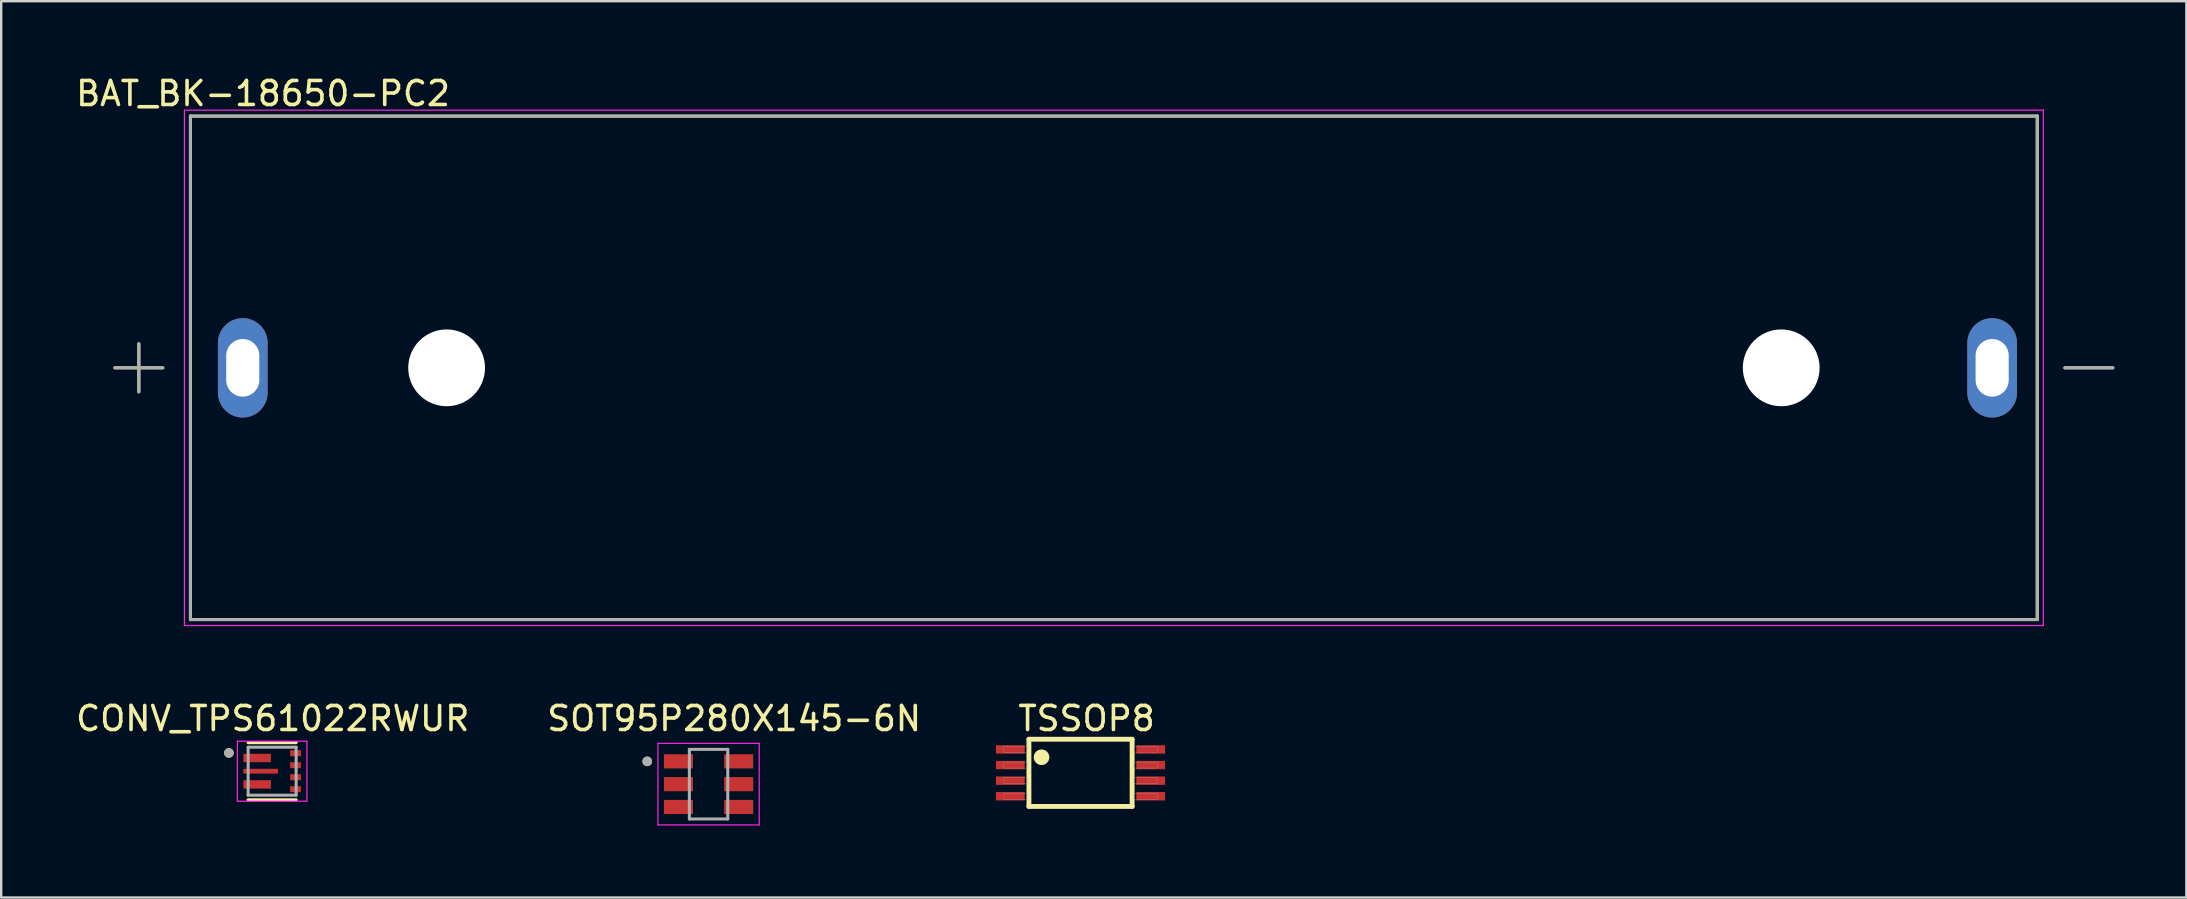
<source format=kicad_pcb>
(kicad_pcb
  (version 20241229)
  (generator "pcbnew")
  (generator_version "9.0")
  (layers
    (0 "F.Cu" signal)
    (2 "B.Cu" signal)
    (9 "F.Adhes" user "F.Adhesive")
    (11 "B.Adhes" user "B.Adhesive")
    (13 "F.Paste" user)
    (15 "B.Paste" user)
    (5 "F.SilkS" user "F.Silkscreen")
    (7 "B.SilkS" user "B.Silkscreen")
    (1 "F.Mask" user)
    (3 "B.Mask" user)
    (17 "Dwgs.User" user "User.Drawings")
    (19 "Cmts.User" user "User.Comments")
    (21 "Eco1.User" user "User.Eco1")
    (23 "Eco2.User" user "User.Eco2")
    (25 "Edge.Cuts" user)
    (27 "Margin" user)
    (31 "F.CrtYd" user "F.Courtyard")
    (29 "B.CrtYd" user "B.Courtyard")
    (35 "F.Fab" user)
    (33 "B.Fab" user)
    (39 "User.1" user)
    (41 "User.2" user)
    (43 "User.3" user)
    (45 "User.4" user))
  (footprint "BAT_BK-18650-PC2"
    (layer "F.Cu")
    (at 43.366 12.278)
    (property "Reference" "BAT_BK-18650-PC2" (at -35.455 -11.43 0) (layer "F.SilkS") (effects (font (size 1 1) (thickness 0.15))))
    (attr through_hole)
    (fp_line (start -41.63 0) (end -39.63 0) (stroke (width 0.127) (type solid)) (layer "F.SilkS"))
    (fp_line (start -40.63 -1) (end -40.63 1) (stroke (width 0.127) (type solid)) (layer "F.SilkS"))
    (fp_line (start -38.48 -10.49) (end 38.48 -10.49) (stroke (width 0.127) (type solid)) (layer "F.SilkS"))
    (fp_line (start -38.48 10.49) (end -38.48 -10.49) (stroke (width 0.127) (type solid)) (layer "F.SilkS"))
    (fp_line (start 38.48 -10.49) (end 38.48 10.49) (stroke (width 0.127) (type solid)) (layer "F.SilkS"))
    (fp_line (start 38.48 10.49) (end -38.48 10.49) (stroke (width 0.127) (type solid)) (layer "F.SilkS"))
    (fp_line (start 39.63 0) (end 41.63 0) (stroke (width 0.127) (type solid)) (layer "F.SilkS"))
    (fp_line (start -38.73 -10.74) (end 38.73 -10.74) (stroke (width 0.05) (type solid)) (layer "F.CrtYd"))
    (fp_line (start -38.73 10.74) (end -38.73 -10.74) (stroke (width 0.05) (type solid)) (layer "F.CrtYd"))
    (fp_line (start 38.73 -10.74) (end 38.73 10.74) (stroke (width 0.05) (type solid)) (layer "F.CrtYd"))
    (fp_line (start 38.73 10.74) (end -38.73 10.74) (stroke (width 0.05) (type solid)) (layer "F.CrtYd"))
    (fp_line (start -41.63 0) (end -39.63 0) (stroke (width 0.127) (type solid)) (layer "F.Fab"))
    (fp_line (start -40.63 -1) (end -40.63 1) (stroke (width 0.127) (type solid)) (layer "F.Fab"))
    (fp_line (start -38.48 -10.49) (end 38.48 -10.49) (stroke (width 0.127) (type solid)) (layer "F.Fab"))
    (fp_line (start -38.48 10.49) (end -38.48 -10.49) (stroke (width 0.127) (type solid)) (layer "F.Fab"))
    (fp_line (start 38.48 -10.49) (end 38.48 10.49) (stroke (width 0.127) (type solid)) (layer "F.Fab"))
    (fp_line (start 38.48 10.49) (end -38.48 10.49) (stroke (width 0.127) (type solid)) (layer "F.Fab"))
    (fp_line (start 39.63 0) (end 41.63 0) (stroke (width 0.127) (type solid)) (layer "F.Fab"))
    (pad "" np_thru_hole circle (at -27.805 0) (size 3.2 3.2) (drill 3.2) (layers "*.Cu" "*.Mask"))
    (pad "" np_thru_hole circle (at 27.81 0) (size 3.2 3.2) (drill 3.2) (layers "*.Cu" "*.Mask"))
    (pad "+" thru_hole oval (at -36.3 0) (size 2.07 4.14) (drill oval 1.38 2.4) (layers "*.Cu" "*.Mask"))
    (pad "-" thru_hole oval (at 36.6 0) (size 2.07 4.14) (drill oval 1.38 2.4) (layers "*.Cu" "*.Mask")))
  (footprint "CONV_TPS61022RWUR"
    (layer "F.Cu")
    (at 8.29 29.087)
    (property "Reference" "CONV_TPS61022RWUR" (at 0.025 -2.195 0) (layer "F.SilkS") (effects (font (size 1 1) (thickness 0.15))))
    (attr smd)
    (fp_poly (pts (xy -1.27 -0.795) (xy 0.02 -0.795) (xy 0.02 -0.305) (xy -1.27 -0.305)) (stroke (width 0.01) (type solid)) (fill yes) (layer "F.Mask"))
    (fp_poly (pts (xy -1.27 -0.17) (xy 0.32 -0.17) (xy 0.32 0.17) (xy -1.27 0.17)) (stroke (width 0.01) (type solid)) (fill yes) (layer "F.Mask"))
    (fp_poly (pts (xy -1.27 0.305) (xy 0.02 0.305) (xy 0.02 0.795) (xy -1.27 0.795)) (stroke (width 0.01) (type solid)) (fill yes) (layer "F.Mask"))
    (fp_poly (pts (xy 0.68 -0.945) (xy 1.27 -0.945) (xy 1.27 -0.555) (xy 0.68 -0.555)) (stroke (width 0.01) (type solid)) (fill yes) (layer "F.Mask"))
    (fp_poly (pts (xy 0.68 -0.445) (xy 1.27 -0.445) (xy 1.27 -0.055) (xy 0.68 -0.055)) (stroke (width 0.01) (type solid)) (fill yes) (layer "F.Mask"))
    (fp_poly (pts (xy 0.68 0.055) (xy 1.27 0.055) (xy 1.27 0.445) (xy 0.68 0.445)) (stroke (width 0.01) (type solid)) (fill yes) (layer "F.Mask"))
    (fp_poly (pts (xy 0.68 0.555) (xy 1.27 0.555) (xy 1.27 0.945) (xy 0.68 0.945)) (stroke (width 0.01) (type solid)) (fill yes) (layer "F.Mask"))
    (fp_line (start -1 -1.19) (end 1 -1.19) (stroke (width 0.127) (type solid)) (layer "F.SilkS"))
    (fp_line (start -1 1.19) (end 1 1.19) (stroke (width 0.127) (type solid)) (layer "F.SilkS"))
    (fp_circle (center -1.8 -0.762) (end -1.7 -0.762) (stroke (width 0.2) (type solid)) (fill no) (layer "F.SilkS"))
    (fp_poly (pts (xy -1.2 -0.725) (xy -0.725 -0.725) (xy -0.725 -0.375) (xy -1.2 -0.375)) (stroke (width 0.01) (type solid)) (fill yes) (layer "F.Paste"))
    (fp_poly (pts (xy -1.2 -0.1) (xy -0.575 -0.1) (xy -0.575 0.1) (xy -1.2 0.1)) (stroke (width 0.01) (type solid)) (fill yes) (layer "F.Paste"))
    (fp_poly (pts (xy -1.2 0.375) (xy -0.725 0.375) (xy -0.725 0.725) (xy -1.2 0.725)) (stroke (width 0.01) (type solid)) (fill yes) (layer "F.Paste"))
    (fp_poly (pts (xy -0.525 -0.725) (xy -0.05 -0.725) (xy -0.05 -0.375) (xy -0.525 -0.375)) (stroke (width 0.01) (type solid)) (fill yes) (layer "F.Paste"))
    (fp_poly (pts (xy -0.525 0.375) (xy -0.05 0.375) (xy -0.05 0.725) (xy -0.525 0.725)) (stroke (width 0.01) (type solid)) (fill yes) (layer "F.Paste"))
    (fp_poly (pts (xy -0.375 -0.1) (xy 0.25 -0.1) (xy 0.25 0.1) (xy -0.375 0.1)) (stroke (width 0.01) (type solid)) (fill yes) (layer "F.Paste"))
    (fp_line (start -1.45 -1.25) (end -1.45 1.25) (stroke (width 0.05) (type solid)) (layer "F.CrtYd"))
    (fp_line (start -1.45 1.25) (end 1.45 1.25) (stroke (width 0.05) (type solid)) (layer "F.CrtYd"))
    (fp_line (start 1.45 -1.25) (end -1.45 -1.25) (stroke (width 0.05) (type solid)) (layer "F.CrtYd"))
    (fp_line (start 1.45 1.25) (end 1.45 -1.25) (stroke (width 0.05) (type solid)) (layer "F.CrtYd"))
    (fp_line (start -1 -1) (end -1 1) (stroke (width 0.127) (type solid)) (layer "F.Fab"))
    (fp_line (start -1 1) (end 1 1) (stroke (width 0.127) (type solid)) (layer "F.Fab"))
    (fp_line (start 1 -1) (end -1 -1) (stroke (width 0.127) (type solid)) (layer "F.Fab"))
    (fp_line (start 1 1) (end 1 -1) (stroke (width 0.127) (type solid)) (layer "F.Fab"))
    (fp_circle (center -1.803 -0.763) (end -1.703 -0.763) (stroke (width 0.2) (type solid)) (fill no) (layer "F.Fab"))
    (pad "1" smd rect (at -0.625 -0.55) (size 1.15 0.35) (layers "F.Cu"))
    (pad "2" smd rect (at -0.475 0) (size 1.45 0.2) (layers "F.Cu"))
    (pad "3" smd rect (at -0.625 0.55) (size 1.15 0.35) (layers "F.Cu"))
    (pad "4" smd rect (at 0.975 0.75) (size 0.45 0.25) (layers "F.Cu" "F.Paste"))
    (pad "5" smd rect (at 0.975 0.25) (size 0.45 0.25) (layers "F.Cu" "F.Paste"))
    (pad "6" smd rect (at 0.975 -0.25) (size 0.45 0.25) (layers "F.Cu" "F.Paste"))
    (pad "7" smd rect (at 0.975 -0.75) (size 0.45 0.25) (layers "F.Cu" "F.Paste")))
  (footprint "SOT95P280X145-6N"
    (layer "F.Cu")
    (at 26.477 29.627)
    (property "Reference" "SOT95P280X145-6N" (at 1.065 -2.735 0) (layer "F.SilkS") (effects (font (size 1 1) (thickness 0.15))))
    (attr smd)
    (fp_circle (center -2.555 -0.95) (end -2.455 -0.95) (stroke (width 0.2) (type solid)) (fill no) (layer "F.SilkS"))
    (fp_line (start -2.11 -1.7) (end -2.11 1.7) (stroke (width 0.05) (type solid)) (layer "F.CrtYd"))
    (fp_line (start -2.11 1.7) (end 2.11 1.7) (stroke (width 0.05) (type solid)) (layer "F.CrtYd"))
    (fp_line (start 2.11 -1.7) (end -2.11 -1.7) (stroke (width 0.05) (type solid)) (layer "F.CrtYd"))
    (fp_line (start 2.11 1.7) (end 2.11 -1.7) (stroke (width 0.05) (type solid)) (layer "F.CrtYd"))
    (fp_line (start -0.8 -1.45) (end 0.8 -1.45) (stroke (width 0.127) (type solid)) (layer "F.Fab"))
    (fp_line (start -0.8 1.45) (end -0.8 -1.45) (stroke (width 0.127) (type solid)) (layer "F.Fab"))
    (fp_line (start 0.8 -1.45) (end 0.8 1.45) (stroke (width 0.127) (type solid)) (layer "F.Fab"))
    (fp_line (start 0.8 1.45) (end -0.8 1.45) (stroke (width 0.127) (type solid)) (layer "F.Fab"))
    (fp_circle (center -2.555 -0.95) (end -2.455 -0.95) (stroke (width 0.2) (type solid)) (fill no) (layer "F.Fab"))
    (pad "1" smd rect (at -1.255 -0.95) (size 1.21 0.59) (layers "F.Cu" "F.Mask" "F.Paste"))
    (pad "2" smd rect (at -1.255 0) (size 1.21 0.59) (layers "F.Cu" "F.Mask" "F.Paste"))
    (pad "3" smd rect (at -1.255 0.95) (size 1.21 0.59) (layers "F.Cu" "F.Mask" "F.Paste"))
    (pad "4" smd rect (at 1.255 0.95) (size 1.21 0.59) (layers "F.Cu" "F.Mask" "F.Paste"))
    (pad "5" smd rect (at 1.255 0) (size 1.21 0.59) (layers "F.Cu" "F.Mask" "F.Paste"))
    (pad "6" smd rect (at 1.255 -0.95) (size 1.21 0.59) (layers "F.Cu" "F.Mask" "F.Paste")))
  (footprint "TSSOP8"
    (layer "F.Cu")
    (at 41.977 29.156)
    (property "Reference" "TSSOP8" (at 0.25 -2.264 0) (layer "F.SilkS") (effects (font (size 1.002 1.002) (thickness 0.15))))
    (attr smd)
    (fp_line (start -2.15 -1.4) (end -2.15 1.4) (stroke (width 0.203) (type solid)) (layer "F.SilkS"))
    (fp_line (start -2.15 1.4) (end 2.15 1.4) (stroke (width 0.203) (type solid)) (layer "F.SilkS"))
    (fp_line (start 2.15 -1.4) (end -2.15 -1.4) (stroke (width 0.203) (type solid)) (layer "F.SilkS"))
    (fp_line (start 2.15 1.4) (end 2.15 -1.4) (stroke (width 0.203) (type solid)) (layer "F.SilkS"))
    (fp_circle (center -1.625 -0.65) (end -1.3 -0.65) (stroke (width 0) (type solid)) (fill yes) (layer "F.SilkS"))
    (fp_poly (pts (xy -3.206 0.2) (xy -2.2 0.2) (xy -2.2 0.451) (xy -3.206 0.451)) (stroke (width 0.01) (type solid)) (fill no) (layer "F.Fab"))
    (fp_poly (pts (xy -3.201 -0.45) (xy -2.2 -0.45) (xy -2.2 -0.2) (xy -3.201 -0.2)) (stroke (width 0.01) (type solid)) (fill no) (layer "F.Fab"))
    (fp_poly (pts (xy -3.201 0.85) (xy -2.2 0.85) (xy -2.2 1.1) (xy -3.201 1.1)) (stroke (width 0.01) (type solid)) (fill no) (layer "F.Fab"))
    (fp_poly (pts (xy -3.2 -1.1) (xy -2.2 -1.1) (xy -2.2 -0.85) (xy -3.2 -0.85)) (stroke (width 0.01) (type solid)) (fill no) (layer "F.Fab"))
    (fp_poly (pts (xy 2.201 0.85) (xy 3.2 0.85) (xy 3.2 1.1) (xy 2.201 1.1)) (stroke (width 0.01) (type solid)) (fill no) (layer "F.Fab"))
    (fp_poly (pts (xy 2.201 0.2) (xy 3.2 0.2) (xy 3.2 0.45) (xy 2.201 0.45)) (stroke (width 0.01) (type solid)) (fill no) (layer "F.Fab"))
    (fp_poly (pts (xy 2.201 -1.1) (xy 3.2 -1.1) (xy 3.2 -0.851) (xy 2.201 -0.851)) (stroke (width 0.01) (type solid)) (fill no) (layer "F.Fab"))
    (fp_poly (pts (xy 2.203 -0.45) (xy 3.2 -0.45) (xy 3.2 -0.2) (xy 2.203 -0.2)) (stroke (width 0.01) (type solid)) (fill no) (layer "F.Fab"))
    (pad "1" smd rect (at -2.925 -0.975) (size 1.2 0.35) (layers "F.Cu" "F.Mask" "F.Paste"))
    (pad "2" smd rect (at -2.925 -0.325) (size 1.2 0.35) (layers "F.Cu" "F.Mask" "F.Paste"))
    (pad "3" smd rect (at -2.925 0.325) (size 1.2 0.35) (layers "F.Cu" "F.Mask" "F.Paste"))
    (pad "4" smd rect (at -2.925 0.975) (size 1.2 0.35) (layers "F.Cu" "F.Mask" "F.Paste"))
    (pad "5" smd rect (at 2.925 0.975) (size 1.2 0.35) (layers "F.Cu" "F.Mask" "F.Paste"))
    (pad "6" smd rect (at 2.925 0.325) (size 1.2 0.35) (layers "F.Cu" "F.Mask" "F.Paste"))
    (pad "7" smd rect (at 2.925 -0.325) (size 1.2 0.35) (layers "F.Cu" "F.Mask" "F.Paste"))
    (pad "8" smd rect (at 2.925 -0.975) (size 1.2 0.35) (layers "F.Cu" "F.Mask" "F.Paste")))
  (gr_rect
    (start -3 -3)
    (end 88.059 34.352)
    (stroke (width 0.1) (type default))
    (fill no)
    (layer "Edge.Cuts")))
</source>
